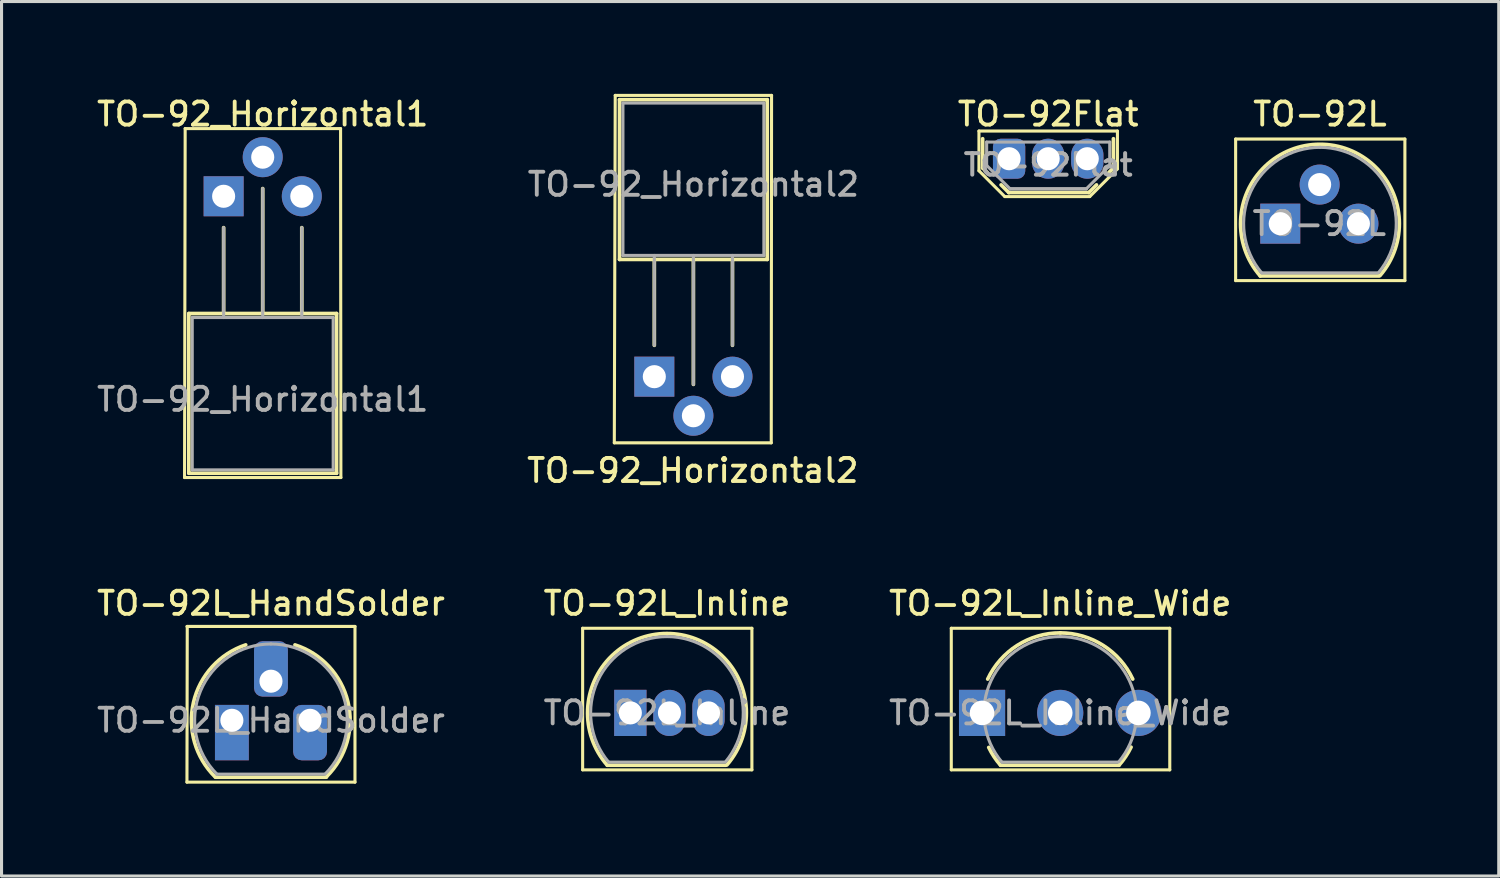
<source format=kicad_pcb>
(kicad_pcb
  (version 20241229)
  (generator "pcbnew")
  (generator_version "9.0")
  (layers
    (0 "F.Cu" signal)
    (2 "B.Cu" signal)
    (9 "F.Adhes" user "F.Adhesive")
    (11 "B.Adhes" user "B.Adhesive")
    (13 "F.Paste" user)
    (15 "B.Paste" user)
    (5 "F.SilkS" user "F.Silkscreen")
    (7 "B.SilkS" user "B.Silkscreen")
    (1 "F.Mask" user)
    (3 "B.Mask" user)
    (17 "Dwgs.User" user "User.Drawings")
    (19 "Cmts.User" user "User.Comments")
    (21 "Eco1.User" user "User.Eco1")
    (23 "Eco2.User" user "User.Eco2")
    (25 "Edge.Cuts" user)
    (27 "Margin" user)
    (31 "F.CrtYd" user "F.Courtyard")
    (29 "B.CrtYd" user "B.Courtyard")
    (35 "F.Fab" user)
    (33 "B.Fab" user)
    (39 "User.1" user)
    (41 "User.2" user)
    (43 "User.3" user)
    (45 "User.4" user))
  (footprint "TO-92L_Inline_Wide"
    (layer "F.Cu")
    (at 28.862 20.116)
    (property "Reference" "TO-92L_Inline_Wide" (at 2.54 -3.56 0) (layer "F.SilkS") (effects (font (size 0.75 0.75) (thickness 0.125))))
    (attr through_hole)
    (fp_line (start -1 -2.75) (end -1 1.85) (stroke (width 0.1) (type solid)) (layer "F.SilkS"))
    (fp_line (start -1 -2.75) (end 6.1 -2.75) (stroke (width 0.1) (type solid)) (layer "F.SilkS"))
    (fp_line (start 0.6 1.7) (end 4.45 1.7) (stroke (width 0.12) (type solid)) (layer "F.SilkS"))
    (fp_line (start 6.1 1.85) (end -1 1.85) (stroke (width 0.1) (type solid)) (layer "F.SilkS"))
    (fp_line (start 6.1 1.85) (end 6.1 -2.75) (stroke (width 0.1) (type solid)) (layer "F.SilkS"))
    (fp_arc (start 0.1836 -1.098807) (mid 1.143021 -2.192817) (end 2.54 -2.6) (stroke (width 0.12) (type solid)) (layer "F.SilkS"))
    (fp_arc (start 0.6 1.7) (mid 0.389183 1.423933) (end 0.217369 1.122045) (stroke (width 0.12) (type solid)) (layer "F.SilkS"))
    (fp_arc (start 2.54 -2.6) (mid 3.936979 -2.192818) (end 4.8964 -1.098807) (stroke (width 0.12) (type solid)) (layer "F.SilkS"))
    (fp_arc (start 4.842383 1.112264) (mid 4.666594 1.419753) (end 4.45 1.7) (stroke (width 0.12) (type solid)) (layer "F.SilkS"))
    (fp_line (start 0.65 1.6) (end 4.4 1.6) (stroke (width 0.1) (type solid)) (layer "F.Fab"))
    (fp_arc (start 0.647182 1.602385) (mid 0.290076 -1.043188) (end 2.54 -2.48) (stroke (width 0.1) (type solid)) (layer "F.Fab"))
    (fp_arc (start 2.54 -2.48) (mid 4.787211 -1.049019) (end 4.441103 1.592547) (stroke (width 0.1) (type solid)) (layer "F.Fab"))
    (fp_text user "${REFERENCE}" (at 2.54 0 0) (layer "F.Fab") (effects (font (size 0.75 0.75) (thickness 0.125))))
    (pad "1" thru_hole rect (at 0 0) (size 1.5 1.5) (drill 0.8) (layers "*.Cu" "*.Mask"))
    (pad "2" thru_hole circle (at 2.54 0) (size 1.5 1.5) (drill 0.8) (layers "*.Cu" "*.Mask"))
    (pad "3" thru_hole circle (at 5.08 0) (size 1.5 1.5) (drill 0.8) (layers "*.Cu" "*.Mask")))
  (footprint "TO-92L"
    (layer "F.Cu")
    (at 38.552 4.218)
    (property "Reference" "TO-92L" (at 1.29 -3.56 0) (layer "F.SilkS") (effects (font (size 0.75 0.75) (thickness 0.125))))
    (attr through_hole)
    (fp_line (start -1.45 -2.75) (end -1.45 1.85) (stroke (width 0.1) (type solid)) (layer "F.SilkS"))
    (fp_line (start -1.45 -2.75) (end 4.05 -2.75) (stroke (width 0.1) (type solid)) (layer "F.SilkS"))
    (fp_line (start -0.65 1.7) (end 3.2 1.7) (stroke (width 0.12) (type solid)) (layer "F.SilkS"))
    (fp_line (start 4.05 1.85) (end -1.45 1.85) (stroke (width 0.1) (type solid)) (layer "F.SilkS"))
    (fp_line (start 4.05 1.85) (end 4.05 -2.75) (stroke (width 0.1) (type solid)) (layer "F.SilkS"))
    (fp_arc (start -0.65 1.7) (mid 1.283448 -2.579449) (end 3.238611 1.690122) (stroke (width 0.12) (type solid)) (layer "F.SilkS"))
    (fp_line (start -0.6 1.6) (end 3.15 1.6) (stroke (width 0.1) (type solid)) (layer "F.Fab"))
    (fp_arc (start -0.602818 1.602385) (mid -0.959924 -1.043188) (end 1.29 -2.48) (stroke (width 0.1) (type solid)) (layer "F.Fab"))
    (fp_arc (start 1.29 -2.48) (mid 3.537211 -1.049019) (end 3.191103 1.592547) (stroke (width 0.1) (type solid)) (layer "F.Fab"))
    (fp_text user "${REFERENCE}" (at 1.27 0 0) (layer "F.Fab") (effects (font (size 0.75 0.75) (thickness 0.125))))
    (pad "1" thru_hole rect (at 0 0) (size 1.3 1.3) (drill 0.75) (layers "*.Cu" "*.Mask"))
    (pad "2" thru_hole circle (at 1.28 -1.27) (size 1.3 1.3) (drill 0.75) (layers "*.Cu" "*.Mask"))
    (pad "3" thru_hole circle (at 2.54 0) (size 1.3 1.3) (drill 0.75) (layers "*.Cu" "*.Mask")))
  (footprint "TO-92Flat"
    (layer "F.Cu")
    (at 29.741 2.108)
    (property "Reference" "TO-92Flat" (at 1.27 -1.45 0) (layer "F.SilkS") (effects (font (size 0.75 0.75) (thickness 0.125))))
    (attr through_hole)
    (fp_line (start -0.98 -0.9) (end 3.52 -0.9) (stroke (width 0.1) (type solid)) (layer "F.SilkS"))
    (fp_line (start -0.98 0.39) (end -0.98 -0.9) (stroke (width 0.1) (type solid)) (layer "F.SilkS"))
    (fp_line (start -0.86 0.3) (end -0.86 -0.65) (stroke (width 0.12) (type solid)) (layer "F.SilkS"))
    (fp_line (start -0.71 0.45) (end -0.86 0.3) (stroke (width 0.12) (type solid)) (layer "F.SilkS"))
    (fp_line (start -0.14 1.23) (end -0.98 0.39) (stroke (width 0.1) (type solid)) (layer "F.SilkS"))
    (fp_line (start -0.01 1.1) (end -0.26 0.85) (stroke (width 0.12) (type solid)) (layer "F.SilkS"))
    (fp_line (start -0.01 1.1) (end 2.59 1.1) (stroke (width 0.12) (type solid)) (layer "F.SilkS"))
    (fp_line (start 2.59 1.1) (end 2.84 0.85) (stroke (width 0.12) (type solid)) (layer "F.SilkS"))
    (fp_line (start 2.62 1.23) (end -0.14 1.23) (stroke (width 0.1) (type solid)) (layer "F.SilkS"))
    (fp_line (start 3.24 0.45) (end 3.39 0.3) (stroke (width 0.12) (type solid)) (layer "F.SilkS"))
    (fp_line (start 3.39 -0.65) (end 3.39 0.3) (stroke (width 0.12) (type solid)) (layer "F.SilkS"))
    (fp_line (start 3.52 -0.9) (end 3.52 0.33) (stroke (width 0.1) (type solid)) (layer "F.SilkS"))
    (fp_line (start 3.52 0.33) (end 2.62 1.23) (stroke (width 0.1) (type solid)) (layer "F.SilkS"))
    (fp_line (start -0.73 -0.542) (end -0.73 0.217) (stroke (width 0.1) (type solid)) (layer "F.Fab"))
    (fp_line (start 0.03 0.978) (end -0.73 0.217) (stroke (width 0.1) (type solid)) (layer "F.Fab"))
    (fp_line (start 2.51 0.978) (end 0.03 0.978) (stroke (width 0.1) (type solid)) (layer "F.Fab"))
    (fp_line (start 2.51 0.978) (end 0.03 0.978) (stroke (width 0.1) (type solid)) (layer "F.Fab"))
    (fp_line (start 3.27 -0.542) (end -0.73 -0.542) (stroke (width 0.1) (type solid)) (layer "F.Fab"))
    (fp_line (start 3.27 -0.542) (end 3.27 0.217) (stroke (width 0.1) (type solid)) (layer "F.Fab"))
    (fp_line (start 3.27 0.217) (end 2.51 0.978) (stroke (width 0.1) (type solid)) (layer "F.Fab"))
    (fp_text user "${REFERENCE}" (at 1.27 0.2 0) (layer "F.Fab") (effects (font (size 0.7 0.7) (thickness 0.13))))
    (pad "1" thru_hole roundrect (at 0 0) (size 1.05 1.3) (drill 0.75) (layers "*.Cu" "*.Mask") (roundrect_rratio 0.238))
    (pad "2" thru_hole oval (at 1.27 0) (size 1.05 1.3) (drill 0.75) (layers "*.Cu" "*.Mask"))
    (pad "3" thru_hole oval (at 2.54 0) (size 1.05 1.3) (drill 0.75) (layers "*.Cu" "*.Mask")))
  (footprint "TO-92L_HandSolder"
    (layer "F.Cu")
    (at 4.485 20.356)
    (property "Reference" "TO-92L_HandSolder" (at 1.27 -3.8 0) (layer "F.SilkS") (effects (font (size 0.75 0.75) (thickness 0.125))))
    (attr through_hole)
    (fp_line (start -1.46 -3.05) (end 4 -3.05) (stroke (width 0.1) (type solid)) (layer "F.SilkS"))
    (fp_line (start -1.45 -3.05) (end -1.46 2.01) (stroke (width 0.1) (type solid)) (layer "F.SilkS"))
    (fp_line (start -0.53 1.85) (end 3.07 1.85) (stroke (width 0.12) (type solid)) (layer "F.SilkS"))
    (fp_line (start 4 2.01) (end -1.46 2.01) (stroke (width 0.1) (type solid)) (layer "F.SilkS"))
    (fp_line (start 4 2.01) (end 4 -3.05) (stroke (width 0.1) (type solid)) (layer "F.SilkS"))
    (fp_arc (start -0.541453 1.842156) (mid -1.247298 -0.581475) (end 0.45 -2.45) (stroke (width 0.12) (type solid)) (layer "F.SilkS"))
    (fp_arc (start 2.05 -2.45) (mid 3.769931 -0.601036) (end 3.078445 1.827684) (stroke (width 0.12) (type solid)) (layer "F.SilkS"))
    (fp_line (start -0.5 1.75) (end 3 1.75) (stroke (width 0.1) (type solid)) (layer "F.Fab"))
    (fp_arc (start -0.483625 1.753625) (mid -1.021221 -0.949055) (end 1.27 -2.48) (stroke (width 0.1) (type solid)) (layer "F.Fab"))
    (fp_arc (start 1.27 -2.48) (mid 3.561221 -0.949055) (end 3.023625 1.753625) (stroke (width 0.1) (type solid)) (layer "F.Fab"))
    (fp_text user "${REFERENCE}" (at 1.27 0 0) (layer "F.Fab") (effects (font (size 0.75 0.75) (thickness 0.125))))
    (pad "1" thru_hole rect (at 0 0) (size 1.1 1.8) (drill 0.75 (offset 0 0.4)) (layers "*.Cu" "*.Mask"))
    (pad "2" thru_hole roundrect (at 1.27 -1.27) (size 1.1 1.8) (drill 0.75 (offset 0 -0.4)) (layers "*.Cu" "*.Mask") (roundrect_rratio 0.25))
    (pad "3" thru_hole roundrect (at 2.54 0) (size 1.1 1.8) (drill 0.75 (offset 0 0.4)) (layers "*.Cu" "*.Mask") (roundrect_rratio 0.25)))
  (footprint "TO-92L_Inline"
    (layer "F.Cu")
    (at 17.433 20.116)
    (property "Reference" "TO-92L_Inline" (at 1.19 -3.56 0) (layer "F.SilkS") (effects (font (size 0.75 0.75) (thickness 0.125))))
    (attr through_hole)
    (fp_line (start -1.55 -2.75) (end -1.55 1.85) (stroke (width 0.1) (type solid)) (layer "F.SilkS"))
    (fp_line (start -1.55 -2.75) (end 3.95 -2.75) (stroke (width 0.1) (type solid)) (layer "F.SilkS"))
    (fp_line (start -0.75 1.7) (end 3.1 1.7) (stroke (width 0.12) (type solid)) (layer "F.SilkS"))
    (fp_line (start 3.95 1.85) (end -1.55 1.85) (stroke (width 0.1) (type solid)) (layer "F.SilkS"))
    (fp_line (start 3.95 1.85) (end 3.95 -2.75) (stroke (width 0.1) (type solid)) (layer "F.SilkS"))
    (fp_arc (start -0.75 1.7) (mid 1.183448 -2.579449) (end 3.138611 1.690122) (stroke (width 0.12) (type solid)) (layer "F.SilkS"))
    (fp_line (start -0.7 1.6) (end 3.05 1.6) (stroke (width 0.1) (type solid)) (layer "F.Fab"))
    (fp_arc (start -0.702818 1.602385) (mid -1.059924 -1.043188) (end 1.19 -2.48) (stroke (width 0.1) (type solid)) (layer "F.Fab"))
    (fp_arc (start 1.19 -2.48) (mid 3.437211 -1.049019) (end 3.091103 1.592547) (stroke (width 0.1) (type solid)) (layer "F.Fab"))
    (fp_text user "${REFERENCE}" (at 1.19 0 0) (layer "F.Fab") (effects (font (size 0.75 0.75) (thickness 0.125))))
    (pad "1" thru_hole rect (at 0 0) (size 1.05 1.5) (drill 0.75) (layers "*.Cu" "*.Mask"))
    (pad "2" thru_hole oval (at 1.27 0) (size 1.05 1.5) (drill 0.75) (layers "*.Cu" "*.Mask"))
    (pad "3" thru_hole oval (at 2.54 0) (size 1.05 1.5) (drill 0.75) (layers "*.Cu" "*.Mask")))
  (footprint "TO-92_Horizontal2"
    (layer "F.Cu")
    (at 18.212 9.19)
    (property "Reference" "TO-92_Horizontal2" (at 1.25 3.05 0) (layer "F.SilkS") (effects (font (size 0.75 0.75) (thickness 0.125))))
    (attr through_hole)
    (fp_line (start -1.27 -9.14) (end -1.3 2.15) (stroke (width 0.1) (type solid)) (layer "F.SilkS"))
    (fp_line (start -1.27 -9.14) (end 3.81 -9.14) (stroke (width 0.1) (type solid)) (layer "F.SilkS"))
    (fp_line (start -1.13 -9) (end -1.13 -3.81) (stroke (width 0.12) (type solid)) (layer "F.SilkS"))
    (fp_line (start -1.13 -3.81) (end 3.67 -3.81) (stroke (width 0.12) (type solid)) (layer "F.SilkS"))
    (fp_line (start 0 -1.02) (end 0 -3.81) (stroke (width 0.12) (type solid)) (layer "F.SilkS"))
    (fp_line (start 1.27 0.25) (end 1.27 -3.81) (stroke (width 0.12) (type solid)) (layer "F.SilkS"))
    (fp_line (start 2.54 -1.02) (end 2.54 -3.81) (stroke (width 0.12) (type solid)) (layer "F.SilkS"))
    (fp_line (start 3.67 -9) (end -1.13 -9) (stroke (width 0.12) (type solid)) (layer "F.SilkS"))
    (fp_line (start 3.67 -3.81) (end 3.67 -9) (stroke (width 0.12) (type solid)) (layer "F.SilkS"))
    (fp_line (start 3.8 2.15) (end -1.3 2.15) (stroke (width 0.1) (type solid)) (layer "F.SilkS"))
    (fp_line (start 3.8 2.15) (end 3.81 -9.14) (stroke (width 0.1) (type solid)) (layer "F.SilkS"))
    (fp_line (start -1.02 -8.89) (end -1.02 -3.94) (stroke (width 0.1) (type solid)) (layer "F.Fab"))
    (fp_line (start -1.02 -3.94) (end 3.56 -3.94) (stroke (width 0.1) (type solid)) (layer "F.Fab"))
    (fp_line (start 0 -3.94) (end 0 -1.02) (stroke (width 0.1) (type solid)) (layer "F.Fab"))
    (fp_line (start 1.27 -3.94) (end 1.27 0.25) (stroke (width 0.1) (type solid)) (layer "F.Fab"))
    (fp_line (start 2.54 -3.94) (end 2.54 -1.02) (stroke (width 0.1) (type solid)) (layer "F.Fab"))
    (fp_line (start 3.56 -8.89) (end -1.02 -8.89) (stroke (width 0.1) (type solid)) (layer "F.Fab"))
    (fp_line (start 3.56 -3.94) (end 3.56 -8.89) (stroke (width 0.1) (type solid)) (layer "F.Fab"))
    (fp_text user "${REFERENCE}" (at 1.27 -6.25 0) (layer "F.Fab") (effects (font (size 0.75 0.75) (thickness 0.125))))
    (pad "1" thru_hole rect (at 0 0 270) (size 1.3 1.3) (drill 0.75) (layers "*.Cu" "*.Mask"))
    (pad "2" thru_hole circle (at 1.27 1.27 270) (size 1.3 1.3) (drill 0.75) (layers "*.Cu" "*.Mask"))
    (pad "3" thru_hole circle (at 2.54 0 270) (size 1.3 1.3) (drill 0.75) (layers "*.Cu" "*.Mask")))
  (footprint "TO-92_Horizontal1"
    (layer "F.Cu")
    (at 4.217 3.328)
    (property "Reference" "TO-92_Horizontal1" (at 1.27 -2.67 0) (layer "F.SilkS") (effects (font (size 0.75 0.75) (thickness 0.125))))
    (attr through_hole)
    (fp_line (start -1.25 -2.2) (end -1.27 9.14) (stroke (width 0.1) (type solid)) (layer "F.SilkS"))
    (fp_line (start -1.25 -2.2) (end 3.8 -2.2) (stroke (width 0.1) (type solid)) (layer "F.SilkS"))
    (fp_line (start -1.13 3.81) (end 3.67 3.81) (stroke (width 0.12) (type solid)) (layer "F.SilkS"))
    (fp_line (start -1.13 9) (end -1.13 3.81) (stroke (width 0.12) (type solid)) (layer "F.SilkS"))
    (fp_line (start 0 1.02) (end 0 3.81) (stroke (width 0.12) (type solid)) (layer "F.SilkS"))
    (fp_line (start 1.27 -0.25) (end 1.27 3.81) (stroke (width 0.12) (type solid)) (layer "F.SilkS"))
    (fp_line (start 2.54 1.02) (end 2.54 3.81) (stroke (width 0.12) (type solid)) (layer "F.SilkS"))
    (fp_line (start 3.67 3.81) (end 3.67 9) (stroke (width 0.12) (type solid)) (layer "F.SilkS"))
    (fp_line (start 3.67 9) (end -1.13 9) (stroke (width 0.12) (type solid)) (layer "F.SilkS"))
    (fp_line (start 3.81 9.14) (end -1.27 9.14) (stroke (width 0.1) (type solid)) (layer "F.SilkS"))
    (fp_line (start 3.81 9.14) (end 3.8 -2.2) (stroke (width 0.1) (type solid)) (layer "F.SilkS"))
    (fp_line (start -1.02 3.94) (end 3.56 3.94) (stroke (width 0.1) (type solid)) (layer "F.Fab"))
    (fp_line (start -1.02 8.89) (end -1.02 3.94) (stroke (width 0.1) (type solid)) (layer "F.Fab"))
    (fp_line (start 0 3.94) (end 0 1.02) (stroke (width 0.1) (type solid)) (layer "F.Fab"))
    (fp_line (start 1.27 3.94) (end 1.27 -0.25) (stroke (width 0.1) (type solid)) (layer "F.Fab"))
    (fp_line (start 2.54 3.94) (end 2.54 1.02) (stroke (width 0.1) (type solid)) (layer "F.Fab"))
    (fp_line (start 3.56 3.94) (end 3.56 8.89) (stroke (width 0.1) (type solid)) (layer "F.Fab"))
    (fp_line (start 3.56 8.89) (end -1.02 8.89) (stroke (width 0.1) (type solid)) (layer "F.Fab"))
    (fp_text user "${REFERENCE}" (at 1.27 6.6 0) (layer "F.Fab") (effects (font (size 0.75 0.75) (thickness 0.125))))
    (pad "1" thru_hole rect (at 0 0 90) (size 1.3 1.3) (drill 0.75) (layers "*.Cu" "*.Mask"))
    (pad "2" thru_hole circle (at 1.27 -1.27 90) (size 1.3 1.3) (drill 0.75) (layers "*.Cu" "*.Mask"))
    (pad "3" thru_hole circle (at 2.54 0 90) (size 1.3 1.3) (drill 0.75) (layers "*.Cu" "*.Mask")))
  (gr_rect
    (start -3 -3)
    (end 45.652 25.416)
    (stroke (width 0.1) (type default))
    (fill no)
    (layer "Edge.Cuts")))
</source>
